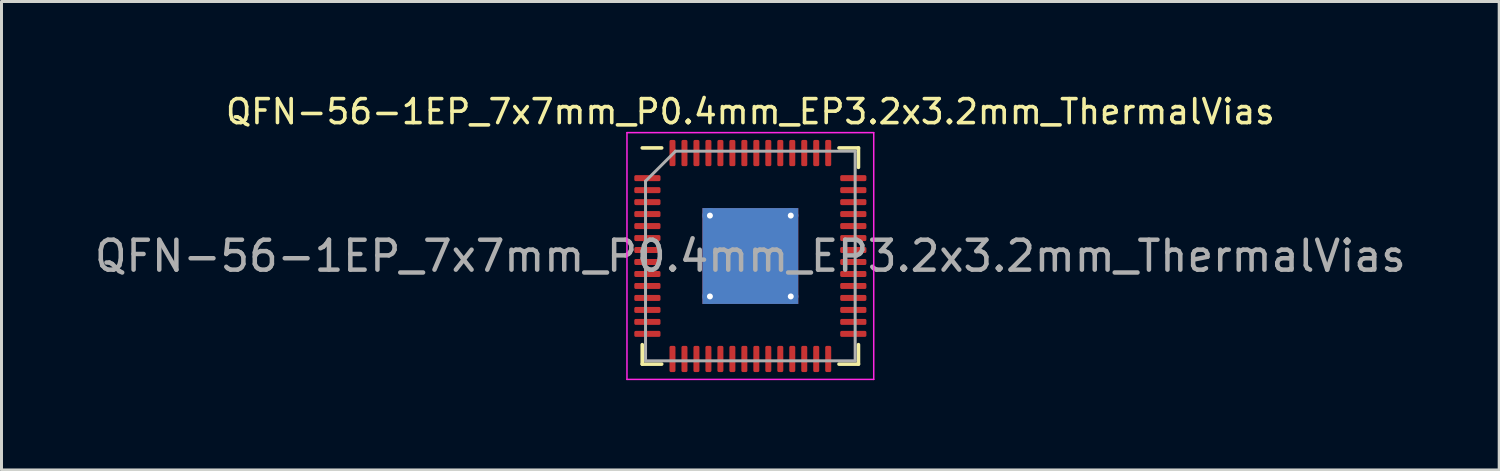
<source format=kicad_pcb>
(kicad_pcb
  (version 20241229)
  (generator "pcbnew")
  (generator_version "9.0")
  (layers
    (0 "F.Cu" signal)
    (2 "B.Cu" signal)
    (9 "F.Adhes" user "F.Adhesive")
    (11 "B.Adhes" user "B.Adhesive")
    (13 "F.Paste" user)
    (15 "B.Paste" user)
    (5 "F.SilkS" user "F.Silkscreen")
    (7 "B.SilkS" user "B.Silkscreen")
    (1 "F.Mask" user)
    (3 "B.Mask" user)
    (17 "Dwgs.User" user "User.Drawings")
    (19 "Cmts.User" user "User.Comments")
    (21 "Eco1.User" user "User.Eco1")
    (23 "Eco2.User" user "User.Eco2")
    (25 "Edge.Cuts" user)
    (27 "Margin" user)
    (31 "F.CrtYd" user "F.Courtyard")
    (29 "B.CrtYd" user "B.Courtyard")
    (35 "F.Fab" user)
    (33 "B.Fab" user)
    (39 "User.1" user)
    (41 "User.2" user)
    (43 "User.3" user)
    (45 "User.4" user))
  (footprint "QFN-56-1EP_7x7mm_P0.4mm_EP3.2x3.2mm_ThermalVias"
    (layer "F.Cu")
    (at 22.006 5.499)
    (property "Reference" "QFN-56-1EP_7x7mm_P0.4mm_EP3.2x3.2mm_ThermalVias" (at 0 -4.82 0) (layer "F.SilkS") (effects (font (size 0.8 0.8) (thickness 0.12))))
    (attr smd)
    (fp_line (start -3.61 3.61) (end -3.61 2.96) (stroke (width 0.12) (type solid)) (layer "F.SilkS"))
    (fp_line (start -2.96 -3.61) (end -3.61 -3.61) (stroke (width 0.12) (type solid)) (layer "F.SilkS"))
    (fp_line (start -2.96 3.61) (end -3.61 3.61) (stroke (width 0.12) (type solid)) (layer "F.SilkS"))
    (fp_line (start 2.96 -3.61) (end 3.61 -3.61) (stroke (width 0.12) (type solid)) (layer "F.SilkS"))
    (fp_line (start 2.96 3.61) (end 3.61 3.61) (stroke (width 0.12) (type solid)) (layer "F.SilkS"))
    (fp_line (start 3.61 -3.61) (end 3.61 -2.96) (stroke (width 0.12) (type solid)) (layer "F.SilkS"))
    (fp_line (start 3.61 3.61) (end 3.61 2.96) (stroke (width 0.12) (type solid)) (layer "F.SilkS"))
    (fp_line (start -4.12 -4.12) (end -4.12 4.12) (stroke (width 0.05) (type solid)) (layer "F.CrtYd"))
    (fp_line (start -4.12 4.12) (end 4.12 4.12) (stroke (width 0.05) (type solid)) (layer "F.CrtYd"))
    (fp_line (start 4.12 -4.12) (end -4.12 -4.12) (stroke (width 0.05) (type solid)) (layer "F.CrtYd"))
    (fp_line (start 4.12 4.12) (end 4.12 -4.12) (stroke (width 0.05) (type solid)) (layer "F.CrtYd"))
    (fp_line (start -3.5 -2.5) (end -2.5 -3.5) (stroke (width 0.1) (type solid)) (layer "F.Fab"))
    (fp_line (start -3.5 3.5) (end -3.5 -2.5) (stroke (width 0.1) (type solid)) (layer "F.Fab"))
    (fp_line (start -2.5 -3.5) (end 3.5 -3.5) (stroke (width 0.1) (type solid)) (layer "F.Fab"))
    (fp_line (start 3.5 -3.5) (end 3.5 3.5) (stroke (width 0.1) (type solid)) (layer "F.Fab"))
    (fp_line (start 3.5 3.5) (end -3.5 3.5) (stroke (width 0.1) (type solid)) (layer "F.Fab"))
    (fp_text user "${REFERENCE}" (at 0 0 0) (layer "F.Fab") (effects (font (size 1 1) (thickness 0.15))))
    (pad "" smd custom (at -0.675 -0.675) (size 1.118 1.118) (layers "F.Paste") (options (anchor circle)) (primitives (gr_poly (pts (xy -0.498 -0.397) (xy -0.397 -0.498) (xy 0.498 -0.498) (xy 0.498 0.498) (xy -0.498 0.498)) (width 0.244) (fill yes))))
    (pad "" smd custom (at -0.675 0.675) (size 1.118 1.118) (layers "F.Paste") (options (anchor circle)) (primitives (gr_poly (pts (xy -0.498 -0.498) (xy 0.498 -0.498) (xy 0.498 0.498) (xy -0.397 0.498) (xy -0.498 0.397)) (width 0.244) (fill yes))))
    (pad "" smd custom (at 0.675 -0.675) (size 1.118 1.118) (layers "F.Paste") (options (anchor circle)) (primitives (gr_poly (pts (xy -0.498 -0.498) (xy 0.397 -0.498) (xy 0.498 -0.397) (xy 0.498 0.498) (xy -0.498 0.498)) (width 0.244) (fill yes))))
    (pad "" smd custom (at 0.675 0.675) (size 1.118 1.118) (layers "F.Paste") (options (anchor circle)) (primitives (gr_poly (pts (xy -0.498 -0.498) (xy 0.498 -0.498) (xy 0.498 0.397) (xy 0.397 0.498) (xy -0.498 0.498)) (width 0.244) (fill yes))))
    (pad "1" smd roundrect (at -3.438 -2.6) (size 0.875 0.2) (layers "F.Cu" "F.Mask" "F.Paste") (roundrect_rratio 0.25))
    (pad "2" smd roundrect (at -3.438 -2.2) (size 0.875 0.2) (layers "F.Cu" "F.Mask" "F.Paste") (roundrect_rratio 0.25))
    (pad "3" smd roundrect (at -3.438 -1.8) (size 0.875 0.2) (layers "F.Cu" "F.Mask" "F.Paste") (roundrect_rratio 0.25))
    (pad "4" smd roundrect (at -3.438 -1.4) (size 0.875 0.2) (layers "F.Cu" "F.Mask" "F.Paste") (roundrect_rratio 0.25))
    (pad "5" smd roundrect (at -3.438 -1) (size 0.875 0.2) (layers "F.Cu" "F.Mask" "F.Paste") (roundrect_rratio 0.25))
    (pad "6" smd roundrect (at -3.438 -0.6) (size 0.875 0.2) (layers "F.Cu" "F.Mask" "F.Paste") (roundrect_rratio 0.25))
    (pad "7" smd roundrect (at -3.438 -0.2) (size 0.875 0.2) (layers "F.Cu" "F.Mask" "F.Paste") (roundrect_rratio 0.25))
    (pad "8" smd roundrect (at -3.438 0.2) (size 0.875 0.2) (layers "F.Cu" "F.Mask" "F.Paste") (roundrect_rratio 0.25))
    (pad "9" smd roundrect (at -3.438 0.6) (size 0.875 0.2) (layers "F.Cu" "F.Mask" "F.Paste") (roundrect_rratio 0.25))
    (pad "10" smd roundrect (at -3.438 1) (size 0.875 0.2) (layers "F.Cu" "F.Mask" "F.Paste") (roundrect_rratio 0.25))
    (pad "11" smd roundrect (at -3.438 1.4) (size 0.875 0.2) (layers "F.Cu" "F.Mask" "F.Paste") (roundrect_rratio 0.25))
    (pad "12" smd roundrect (at -3.438 1.8) (size 0.875 0.2) (layers "F.Cu" "F.Mask" "F.Paste") (roundrect_rratio 0.25))
    (pad "13" smd roundrect (at -3.438 2.2) (size 0.875 0.2) (layers "F.Cu" "F.Mask" "F.Paste") (roundrect_rratio 0.25))
    (pad "14" smd roundrect (at -3.438 2.6) (size 0.875 0.2) (layers "F.Cu" "F.Mask" "F.Paste") (roundrect_rratio 0.25))
    (pad "15" smd roundrect (at -2.6 3.438) (size 0.2 0.875) (layers "F.Cu" "F.Mask" "F.Paste") (roundrect_rratio 0.25))
    (pad "16" smd roundrect (at -2.2 3.438) (size 0.2 0.875) (layers "F.Cu" "F.Mask" "F.Paste") (roundrect_rratio 0.25))
    (pad "17" smd roundrect (at -1.8 3.438) (size 0.2 0.875) (layers "F.Cu" "F.Mask" "F.Paste") (roundrect_rratio 0.25))
    (pad "18" smd roundrect (at -1.4 3.438) (size 0.2 0.875) (layers "F.Cu" "F.Mask" "F.Paste") (roundrect_rratio 0.25))
    (pad "19" smd roundrect (at -1 3.438) (size 0.2 0.875) (layers "F.Cu" "F.Mask" "F.Paste") (roundrect_rratio 0.25))
    (pad "20" smd roundrect (at -0.6 3.438) (size 0.2 0.875) (layers "F.Cu" "F.Mask" "F.Paste") (roundrect_rratio 0.25))
    (pad "21" smd roundrect (at -0.2 3.438) (size 0.2 0.875) (layers "F.Cu" "F.Mask" "F.Paste") (roundrect_rratio 0.25))
    (pad "22" smd roundrect (at 0.2 3.438) (size 0.2 0.875) (layers "F.Cu" "F.Mask" "F.Paste") (roundrect_rratio 0.25))
    (pad "23" smd roundrect (at 0.6 3.438) (size 0.2 0.875) (layers "F.Cu" "F.Mask" "F.Paste") (roundrect_rratio 0.25))
    (pad "24" smd roundrect (at 1 3.438) (size 0.2 0.875) (layers "F.Cu" "F.Mask" "F.Paste") (roundrect_rratio 0.25))
    (pad "25" smd roundrect (at 1.4 3.438) (size 0.2 0.875) (layers "F.Cu" "F.Mask" "F.Paste") (roundrect_rratio 0.25))
    (pad "26" smd roundrect (at 1.8 3.438) (size 0.2 0.875) (layers "F.Cu" "F.Mask" "F.Paste") (roundrect_rratio 0.25))
    (pad "27" smd roundrect (at 2.2 3.438) (size 0.2 0.875) (layers "F.Cu" "F.Mask" "F.Paste") (roundrect_rratio 0.25))
    (pad "28" smd roundrect (at 2.6 3.438) (size 0.2 0.875) (layers "F.Cu" "F.Mask" "F.Paste") (roundrect_rratio 0.25))
    (pad "29" smd roundrect (at 3.438 2.6) (size 0.875 0.2) (layers "F.Cu" "F.Mask" "F.Paste") (roundrect_rratio 0.25))
    (pad "30" smd roundrect (at 3.438 2.2) (size 0.875 0.2) (layers "F.Cu" "F.Mask" "F.Paste") (roundrect_rratio 0.25))
    (pad "31" smd roundrect (at 3.438 1.8) (size 0.875 0.2) (layers "F.Cu" "F.Mask" "F.Paste") (roundrect_rratio 0.25))
    (pad "32" smd roundrect (at 3.438 1.4) (size 0.875 0.2) (layers "F.Cu" "F.Mask" "F.Paste") (roundrect_rratio 0.25))
    (pad "33" smd roundrect (at 3.438 1) (size 0.875 0.2) (layers "F.Cu" "F.Mask" "F.Paste") (roundrect_rratio 0.25))
    (pad "34" smd roundrect (at 3.438 0.6) (size 0.875 0.2) (layers "F.Cu" "F.Mask" "F.Paste") (roundrect_rratio 0.25))
    (pad "35" smd roundrect (at 3.438 0.2) (size 0.875 0.2) (layers "F.Cu" "F.Mask" "F.Paste") (roundrect_rratio 0.25))
    (pad "36" smd roundrect (at 3.438 -0.2) (size 0.875 0.2) (layers "F.Cu" "F.Mask" "F.Paste") (roundrect_rratio 0.25))
    (pad "37" smd roundrect (at 3.438 -0.6) (size 0.875 0.2) (layers "F.Cu" "F.Mask" "F.Paste") (roundrect_rratio 0.25))
    (pad "38" smd roundrect (at 3.438 -1) (size 0.875 0.2) (layers "F.Cu" "F.Mask" "F.Paste") (roundrect_rratio 0.25))
    (pad "39" smd roundrect (at 3.438 -1.4) (size 0.875 0.2) (layers "F.Cu" "F.Mask" "F.Paste") (roundrect_rratio 0.25))
    (pad "40" smd roundrect (at 3.438 -1.8) (size 0.875 0.2) (layers "F.Cu" "F.Mask" "F.Paste") (roundrect_rratio 0.25))
    (pad "41" smd roundrect (at 3.438 -2.2) (size 0.875 0.2) (layers "F.Cu" "F.Mask" "F.Paste") (roundrect_rratio 0.25))
    (pad "42" smd roundrect (at 3.438 -2.6) (size 0.875 0.2) (layers "F.Cu" "F.Mask" "F.Paste") (roundrect_rratio 0.25))
    (pad "43" smd roundrect (at 2.6 -3.438) (size 0.2 0.875) (layers "F.Cu" "F.Mask" "F.Paste") (roundrect_rratio 0.25))
    (pad "44" smd roundrect (at 2.2 -3.438) (size 0.2 0.875) (layers "F.Cu" "F.Mask" "F.Paste") (roundrect_rratio 0.25))
    (pad "45" smd roundrect (at 1.8 -3.438) (size 0.2 0.875) (layers "F.Cu" "F.Mask" "F.Paste") (roundrect_rratio 0.25))
    (pad "46" smd roundrect (at 1.4 -3.438) (size 0.2 0.875) (layers "F.Cu" "F.Mask" "F.Paste") (roundrect_rratio 0.25))
    (pad "47" smd roundrect (at 1 -3.438) (size 0.2 0.875) (layers "F.Cu" "F.Mask" "F.Paste") (roundrect_rratio 0.25))
    (pad "48" smd roundrect (at 0.6 -3.438) (size 0.2 0.875) (layers "F.Cu" "F.Mask" "F.Paste") (roundrect_rratio 0.25))
    (pad "49" smd roundrect (at 0.2 -3.438) (size 0.2 0.875) (layers "F.Cu" "F.Mask" "F.Paste") (roundrect_rratio 0.25))
    (pad "50" smd roundrect (at -0.2 -3.438) (size 0.2 0.875) (layers "F.Cu" "F.Mask" "F.Paste") (roundrect_rratio 0.25))
    (pad "51" smd roundrect (at -0.6 -3.438) (size 0.2 0.875) (layers "F.Cu" "F.Mask" "F.Paste") (roundrect_rratio 0.25))
    (pad "52" smd roundrect (at -1 -3.438) (size 0.2 0.875) (layers "F.Cu" "F.Mask" "F.Paste") (roundrect_rratio 0.25))
    (pad "53" smd roundrect (at -1.4 -3.438) (size 0.2 0.875) (layers "F.Cu" "F.Mask" "F.Paste") (roundrect_rratio 0.25))
    (pad "54" smd roundrect (at -1.8 -3.438) (size 0.2 0.875) (layers "F.Cu" "F.Mask" "F.Paste") (roundrect_rratio 0.25))
    (pad "55" smd roundrect (at -2.2 -3.438) (size 0.2 0.875) (layers "F.Cu" "F.Mask" "F.Paste") (roundrect_rratio 0.25))
    (pad "56" smd roundrect (at -2.6 -3.438) (size 0.2 0.875) (layers "F.Cu" "F.Mask" "F.Paste") (roundrect_rratio 0.25))
    (pad "57" thru_hole circle (at -1.35 -1.35) (size 0.5 0.5) (drill 0.2) (layers "*.Cu"))
    (pad "57" thru_hole circle (at -1.35 1.35) (size 0.5 0.5) (drill 0.2) (layers "*.Cu"))
    (pad "57" smd rect (at 0 0) (size 3.2 3.2) (layers "F.Cu" "F.Mask"))
    (pad "57" smd rect (at 0 0) (size 3.2 3.2) (layers "B.Cu"))
    (pad "57" thru_hole circle (at 1.35 -1.35) (size 0.5 0.5) (drill 0.2) (layers "*.Cu"))
    (pad "57" thru_hole circle (at 1.35 1.35) (size 0.5 0.5) (drill 0.2) (layers "*.Cu")))
  (gr_rect
    (start -3 -3)
    (end 47.012 12.644)
    (stroke (width 0.1) (type default))
    (fill no)
    (layer "Edge.Cuts")))
</source>
